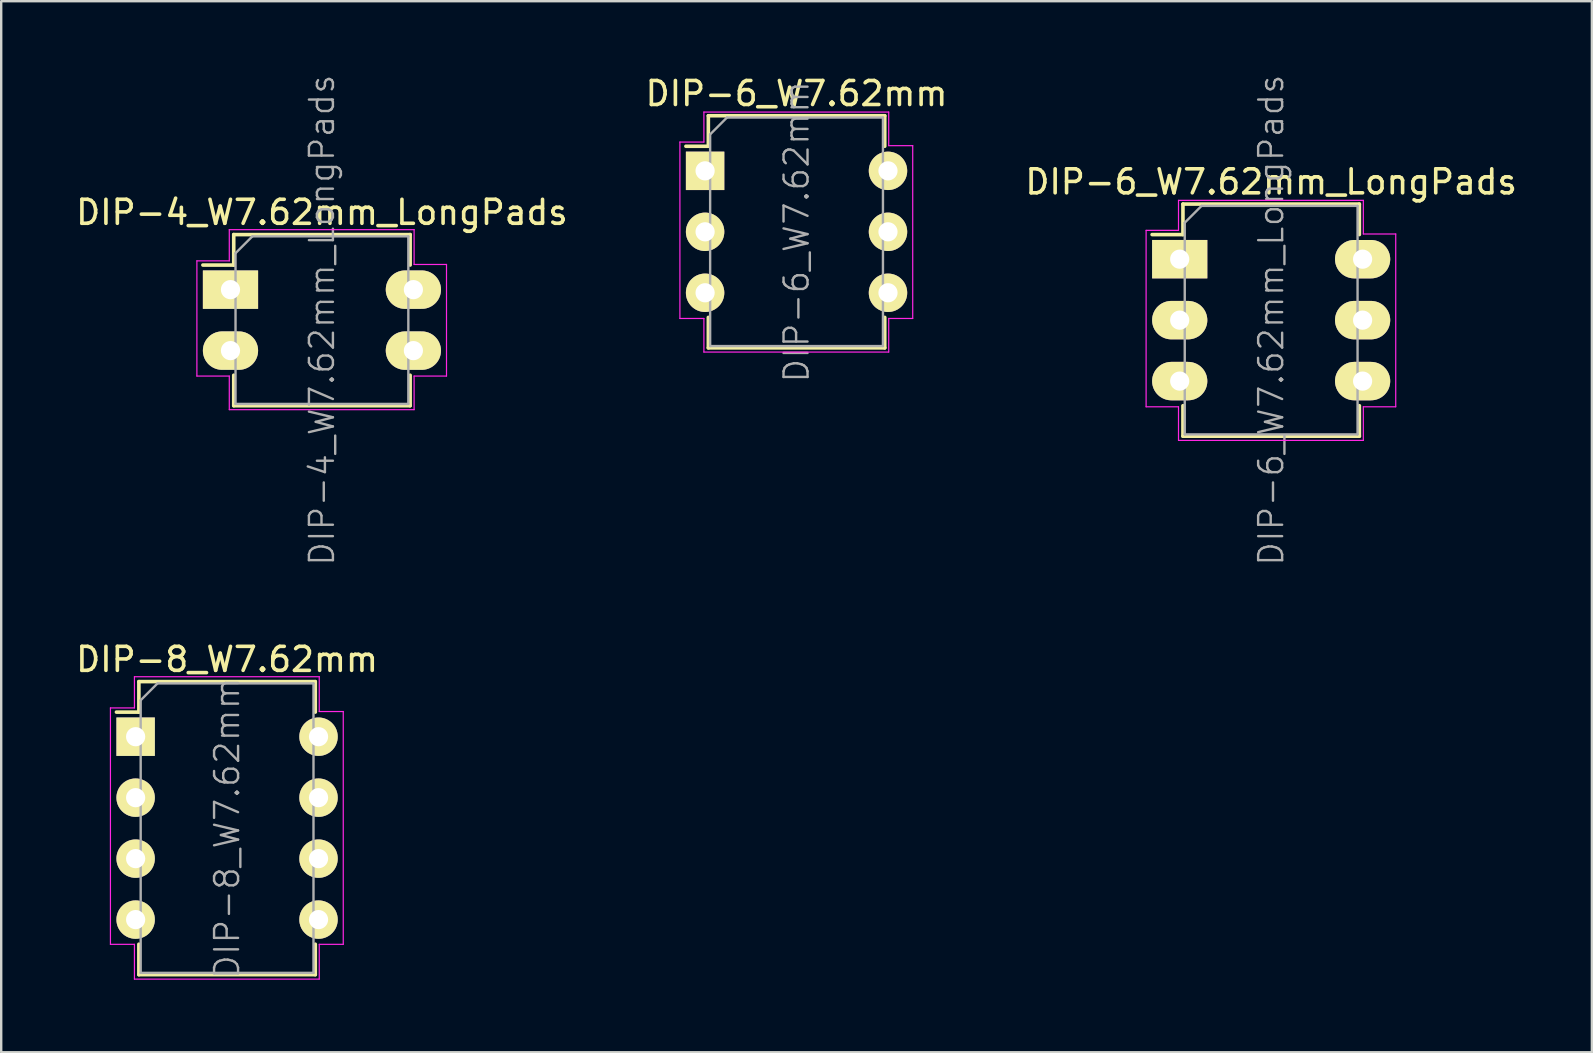
<source format=kicad_pcb>
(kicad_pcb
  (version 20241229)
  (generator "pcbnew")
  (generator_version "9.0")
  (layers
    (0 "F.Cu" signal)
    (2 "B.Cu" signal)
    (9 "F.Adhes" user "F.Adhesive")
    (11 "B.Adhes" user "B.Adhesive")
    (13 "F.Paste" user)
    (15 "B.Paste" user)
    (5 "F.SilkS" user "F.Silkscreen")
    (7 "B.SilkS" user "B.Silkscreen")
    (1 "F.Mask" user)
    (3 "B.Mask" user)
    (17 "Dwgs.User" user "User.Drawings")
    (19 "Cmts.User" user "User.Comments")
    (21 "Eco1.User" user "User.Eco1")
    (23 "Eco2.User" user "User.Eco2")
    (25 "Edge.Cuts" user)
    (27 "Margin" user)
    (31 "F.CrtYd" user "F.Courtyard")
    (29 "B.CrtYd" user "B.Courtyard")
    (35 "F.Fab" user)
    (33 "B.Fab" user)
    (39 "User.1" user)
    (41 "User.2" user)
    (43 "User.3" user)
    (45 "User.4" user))
  (footprint "DIP-8_W7.62mm"
    (layer "F.Cu")
    (at 2.601 27.644)
    (property "Reference" "DIP-8_W7.62mm" (at 3.81 -3.22 0) (layer "F.SilkS") (effects (font (size 1 1) (thickness 0.15))))
    (attr smd)
    (fp_line (start 0.135 -2.295) (end 0.135 -1.025) (stroke (width 0.15) (type solid)) (layer "F.SilkS"))
    (fp_line (start 0.135 -2.295) (end 7.485 -2.295) (stroke (width 0.15) (type solid)) (layer "F.SilkS"))
    (fp_line (start 0.135 -1.025) (end -0.8 -1.025) (stroke (width 0.15) (type solid)) (layer "F.SilkS"))
    (fp_line (start 0.135 9.915) (end 0.135 8.645) (stroke (width 0.15) (type solid)) (layer "F.SilkS"))
    (fp_line (start 0.135 9.915) (end 7.485 9.915) (stroke (width 0.15) (type solid)) (layer "F.SilkS"))
    (fp_line (start 7.485 -2.295) (end 7.485 -1.025) (stroke (width 0.15) (type solid)) (layer "F.SilkS"))
    (fp_line (start 7.485 9.915) (end 7.485 8.645) (stroke (width 0.15) (type solid)) (layer "F.SilkS"))
    (fp_line (start -1.05 -1.2) (end -1.05 8.65) (stroke (width 0.05) (type solid)) (layer "F.CrtYd"))
    (fp_line (start -1.05 -1.2) (end -0.05 -1.2) (stroke (width 0.05) (type solid)) (layer "F.CrtYd"))
    (fp_line (start -1.05 8.65) (end -0.05 8.65) (stroke (width 0.05) (type solid)) (layer "F.CrtYd"))
    (fp_line (start -0.05 -2.5) (end -0.05 -1.2) (stroke (width 0.05) (type solid)) (layer "F.CrtYd"))
    (fp_line (start -0.05 10.1) (end -0.05 8.65) (stroke (width 0.05) (type solid)) (layer "F.CrtYd"))
    (fp_line (start 7.65 -2.5) (end -0.05 -2.5) (stroke (width 0.05) (type solid)) (layer "F.CrtYd"))
    (fp_line (start 7.65 -2.5) (end 7.65 -1.05) (stroke (width 0.05) (type solid)) (layer "F.CrtYd"))
    (fp_line (start 7.65 10.1) (end -0.05 10.1) (stroke (width 0.05) (type solid)) (layer "F.CrtYd"))
    (fp_line (start 7.65 10.1) (end 7.65 8.65) (stroke (width 0.05) (type solid)) (layer "F.CrtYd"))
    (fp_line (start 8.65 -1.05) (end 7.65 -1.05) (stroke (width 0.05) (type solid)) (layer "F.CrtYd"))
    (fp_line (start 8.65 -1.05) (end 8.65 8.65) (stroke (width 0.05) (type solid)) (layer "F.CrtYd"))
    (fp_line (start 8.65 8.65) (end 7.65 8.65) (stroke (width 0.05) (type solid)) (layer "F.CrtYd"))
    (fp_line (start 0.21 -1.52) (end 0.91 -2.22) (stroke (width 0.1) (type solid)) (layer "F.Fab"))
    (fp_line (start 0.21 9.84) (end 0.21 -1.52) (stroke (width 0.1) (type solid)) (layer "F.Fab"))
    (fp_line (start 7.41 -2.22) (end 0.91 -2.22) (stroke (width 0.1) (type solid)) (layer "F.Fab"))
    (fp_line (start 7.41 9.84) (end 0.21 9.84) (stroke (width 0.1) (type solid)) (layer "F.Fab"))
    (fp_line (start 7.41 9.84) (end 7.41 -2.22) (stroke (width 0.1) (type solid)) (layer "F.Fab"))
    (fp_text user "${REFERENCE}" (at 3.81 3.81 90) (layer "F.Fab") (effects (font (size 1 1) (thickness 0.1))))
    (pad "1" thru_hole rect (at 0 0) (size 1.6 1.6) (drill 0.8) (layers "*.Cu" "*.Mask" "F.SilkS"))
    (pad "2" thru_hole oval (at 0 2.54) (size 1.6 1.6) (drill 0.8) (layers "*.Cu" "*.Mask" "F.SilkS"))
    (pad "3" thru_hole oval (at 0 5.08) (size 1.6 1.6) (drill 0.8) (layers "*.Cu" "*.Mask" "F.SilkS"))
    (pad "4" thru_hole oval (at 0 7.62) (size 1.6 1.6) (drill 0.8) (layers "*.Cu" "*.Mask" "F.SilkS"))
    (pad "5" thru_hole oval (at 7.62 7.62) (size 1.6 1.6) (drill 0.8) (layers "*.Cu" "*.Mask" "F.SilkS"))
    (pad "6" thru_hole oval (at 7.62 5.08) (size 1.6 1.6) (drill 0.8) (layers "*.Cu" "*.Mask" "F.SilkS"))
    (pad "7" thru_hole oval (at 7.62 2.54) (size 1.6 1.6) (drill 0.8) (layers "*.Cu" "*.Mask" "F.SilkS"))
    (pad "8" thru_hole oval (at 7.62 0) (size 1.6 1.6) (drill 0.8) (layers "*.Cu" "*.Mask" "F.SilkS")))
  (footprint "DIP-6_W7.62mm_LongPads"
    (layer "F.Cu")
    (at 46.101 7.748)
    (property "Reference" "DIP-6_W7.62mm_LongPads" (at 3.81 -3.22 0) (layer "F.SilkS") (effects (font (size 1 1) (thickness 0.15))))
    (attr smd)
    (fp_line (start 0.135 -2.295) (end 0.135 -1.025) (stroke (width 0.15) (type solid)) (layer "F.SilkS"))
    (fp_line (start 0.135 -2.295) (end 7.485 -2.295) (stroke (width 0.15) (type solid)) (layer "F.SilkS"))
    (fp_line (start 0.135 -1.025) (end -1.15 -1.025) (stroke (width 0.15) (type solid)) (layer "F.SilkS"))
    (fp_line (start 0.135 7.375) (end 0.135 6.105) (stroke (width 0.15) (type solid)) (layer "F.SilkS"))
    (fp_line (start 0.135 7.375) (end 7.485 7.375) (stroke (width 0.15) (type solid)) (layer "F.SilkS"))
    (fp_line (start 7.485 -2.295) (end 7.485 -1.025) (stroke (width 0.15) (type solid)) (layer "F.SilkS"))
    (fp_line (start 7.485 7.375) (end 7.485 6.105) (stroke (width 0.15) (type solid)) (layer "F.SilkS"))
    (fp_line (start -1.4 -1.2) (end -1.4 6.15) (stroke (width 0.05) (type solid)) (layer "F.CrtYd"))
    (fp_line (start -1.4 -1.2) (end -0.05 -1.2) (stroke (width 0.05) (type solid)) (layer "F.CrtYd"))
    (fp_line (start -1.4 6.15) (end -0.05 6.15) (stroke (width 0.05) (type solid)) (layer "F.CrtYd"))
    (fp_line (start -0.05 -2.45) (end -0.05 -1.2) (stroke (width 0.05) (type solid)) (layer "F.CrtYd"))
    (fp_line (start -0.05 7.55) (end -0.05 6.15) (stroke (width 0.05) (type solid)) (layer "F.CrtYd"))
    (fp_line (start 7.65 -2.45) (end -0.05 -2.45) (stroke (width 0.05) (type solid)) (layer "F.CrtYd"))
    (fp_line (start 7.65 -2.45) (end 7.65 -1.05) (stroke (width 0.05) (type solid)) (layer "F.CrtYd"))
    (fp_line (start 7.65 7.55) (end -0.05 7.55) (stroke (width 0.05) (type solid)) (layer "F.CrtYd"))
    (fp_line (start 7.65 7.55) (end 7.65 6.15) (stroke (width 0.05) (type solid)) (layer "F.CrtYd"))
    (fp_line (start 9 -1.05) (end 7.65 -1.05) (stroke (width 0.05) (type solid)) (layer "F.CrtYd"))
    (fp_line (start 9 -1.05) (end 9 6.15) (stroke (width 0.05) (type solid)) (layer "F.CrtYd"))
    (fp_line (start 9 6.15) (end 7.65 6.15) (stroke (width 0.05) (type solid)) (layer "F.CrtYd"))
    (fp_line (start 0.21 -1.52) (end 0.91 -2.22) (stroke (width 0.1) (type solid)) (layer "F.Fab"))
    (fp_line (start 0.21 7.3) (end 0.21 -1.52) (stroke (width 0.1) (type solid)) (layer "F.Fab"))
    (fp_line (start 7.41 -2.22) (end 0.91 -2.22) (stroke (width 0.1) (type solid)) (layer "F.Fab"))
    (fp_line (start 7.41 7.3) (end 0.21 7.3) (stroke (width 0.1) (type solid)) (layer "F.Fab"))
    (fp_line (start 7.41 7.3) (end 7.41 -2.22) (stroke (width 0.1) (type solid)) (layer "F.Fab"))
    (fp_text user "${REFERENCE}" (at 3.81 2.54 90) (layer "F.Fab") (effects (font (size 1 1) (thickness 0.1))))
    (pad "1" thru_hole rect (at 0 0) (size 2.3 1.6) (drill 0.8) (layers "*.Cu" "*.Mask" "F.SilkS"))
    (pad "2" thru_hole oval (at 0 2.54) (size 2.3 1.6) (drill 0.8) (layers "*.Cu" "*.Mask" "F.SilkS"))
    (pad "3" thru_hole oval (at 0 5.08) (size 2.3 1.6) (drill 0.8) (layers "*.Cu" "*.Mask" "F.SilkS"))
    (pad "4" thru_hole oval (at 7.62 5.08) (size 2.3 1.6) (drill 0.8) (layers "*.Cu" "*.Mask" "F.SilkS"))
    (pad "5" thru_hole oval (at 7.62 2.54) (size 2.3 1.6) (drill 0.8) (layers "*.Cu" "*.Mask" "F.SilkS"))
    (pad "6" thru_hole oval (at 7.62 0) (size 2.3 1.6) (drill 0.8) (layers "*.Cu" "*.Mask" "F.SilkS")))
  (footprint "DIP-4_W7.62mm_LongPads"
    (layer "F.Cu")
    (at 6.553 9.018)
    (property "Reference" "DIP-4_W7.62mm_LongPads" (at 3.81 -3.22 0) (layer "F.SilkS") (effects (font (size 1 1) (thickness 0.15))))
    (attr smd)
    (fp_line (start 0.135 -2.295) (end 0.135 -1.025) (stroke (width 0.15) (type solid)) (layer "F.SilkS"))
    (fp_line (start 0.135 -2.295) (end 7.485 -2.295) (stroke (width 0.15) (type solid)) (layer "F.SilkS"))
    (fp_line (start 0.135 -1.025) (end -1.15 -1.025) (stroke (width 0.15) (type solid)) (layer "F.SilkS"))
    (fp_line (start 0.135 4.835) (end 0.135 3.565) (stroke (width 0.15) (type solid)) (layer "F.SilkS"))
    (fp_line (start 0.135 4.835) (end 7.485 4.835) (stroke (width 0.15) (type solid)) (layer "F.SilkS"))
    (fp_line (start 7.485 -2.295) (end 7.485 -1.025) (stroke (width 0.15) (type solid)) (layer "F.SilkS"))
    (fp_line (start 7.485 4.835) (end 7.485 3.565) (stroke (width 0.15) (type solid)) (layer "F.SilkS"))
    (fp_line (start -1.4 -1.2) (end -1.4 3.6) (stroke (width 0.05) (type solid)) (layer "F.CrtYd"))
    (fp_line (start -1.4 -1.2) (end -0.05 -1.2) (stroke (width 0.05) (type solid)) (layer "F.CrtYd"))
    (fp_line (start -1.4 3.6) (end -0.05 3.6) (stroke (width 0.05) (type solid)) (layer "F.CrtYd"))
    (fp_line (start -0.05 -2.5) (end -0.05 -1.2) (stroke (width 0.05) (type solid)) (layer "F.CrtYd"))
    (fp_line (start -0.05 5) (end -0.05 3.6) (stroke (width 0.05) (type solid)) (layer "F.CrtYd"))
    (fp_line (start 7.65 -2.5) (end -0.05 -2.5) (stroke (width 0.05) (type solid)) (layer "F.CrtYd"))
    (fp_line (start 7.65 -2.5) (end 7.65 -1.05) (stroke (width 0.05) (type solid)) (layer "F.CrtYd"))
    (fp_line (start 7.65 5) (end -0.05 5) (stroke (width 0.05) (type solid)) (layer "F.CrtYd"))
    (fp_line (start 7.65 5) (end 7.65 3.6) (stroke (width 0.05) (type solid)) (layer "F.CrtYd"))
    (fp_line (start 9 -1.05) (end 7.65 -1.05) (stroke (width 0.05) (type solid)) (layer "F.CrtYd"))
    (fp_line (start 9 -1.05) (end 9 3.6) (stroke (width 0.05) (type solid)) (layer "F.CrtYd"))
    (fp_line (start 9 3.6) (end 7.65 3.6) (stroke (width 0.05) (type solid)) (layer "F.CrtYd"))
    (fp_line (start 0.21 -1.52) (end 0.91 -2.22) (stroke (width 0.1) (type solid)) (layer "F.Fab"))
    (fp_line (start 0.21 4.76) (end 0.21 -1.52) (stroke (width 0.1) (type solid)) (layer "F.Fab"))
    (fp_line (start 7.41 -2.22) (end 0.91 -2.22) (stroke (width 0.1) (type solid)) (layer "F.Fab"))
    (fp_line (start 7.41 4.76) (end 0.21 4.76) (stroke (width 0.1) (type solid)) (layer "F.Fab"))
    (fp_line (start 7.41 4.76) (end 7.41 -2.22) (stroke (width 0.1) (type solid)) (layer "F.Fab"))
    (fp_text user "${REFERENCE}" (at 3.81 1.27 90) (layer "F.Fab") (effects (font (size 1 1) (thickness 0.1))))
    (pad "1" thru_hole rect (at 0 0) (size 2.3 1.6) (drill 0.8) (layers "*.Cu" "*.Mask" "F.SilkS"))
    (pad "2" thru_hole oval (at 0 2.54) (size 2.3 1.6) (drill 0.8) (layers "*.Cu" "*.Mask" "F.SilkS"))
    (pad "3" thru_hole oval (at 7.62 2.54) (size 2.3 1.6) (drill 0.8) (layers "*.Cu" "*.Mask" "F.SilkS"))
    (pad "4" thru_hole oval (at 7.62 0) (size 2.3 1.6) (drill 0.8) (layers "*.Cu" "*.Mask" "F.SilkS")))
  (footprint "DIP-6_W7.62mm"
    (layer "F.Cu")
    (at 26.327 4.068)
    (property "Reference" "DIP-6_W7.62mm" (at 3.81 -3.22 0) (layer "F.SilkS") (effects (font (size 1 1) (thickness 0.15))))
    (attr smd)
    (fp_line (start 0.135 -2.295) (end 0.135 -1.025) (stroke (width 0.15) (type solid)) (layer "F.SilkS"))
    (fp_line (start 0.135 -2.295) (end 7.485 -2.295) (stroke (width 0.15) (type solid)) (layer "F.SilkS"))
    (fp_line (start 0.135 -1.025) (end -0.8 -1.025) (stroke (width 0.15) (type solid)) (layer "F.SilkS"))
    (fp_line (start 0.135 7.375) (end 0.135 6.105) (stroke (width 0.15) (type solid)) (layer "F.SilkS"))
    (fp_line (start 0.135 7.375) (end 7.485 7.375) (stroke (width 0.15) (type solid)) (layer "F.SilkS"))
    (fp_line (start 7.485 -2.295) (end 7.485 -1.025) (stroke (width 0.15) (type solid)) (layer "F.SilkS"))
    (fp_line (start 7.485 7.375) (end 7.485 6.105) (stroke (width 0.15) (type solid)) (layer "F.SilkS"))
    (fp_line (start -1.05 -1.2) (end -1.05 6.15) (stroke (width 0.05) (type solid)) (layer "F.CrtYd"))
    (fp_line (start -1.05 -1.2) (end -0.05 -1.2) (stroke (width 0.05) (type solid)) (layer "F.CrtYd"))
    (fp_line (start -1.05 6.15) (end -0.05 6.15) (stroke (width 0.05) (type solid)) (layer "F.CrtYd"))
    (fp_line (start -0.05 -2.45) (end -0.05 -1.2) (stroke (width 0.05) (type solid)) (layer "F.CrtYd"))
    (fp_line (start -0.05 7.55) (end -0.05 6.15) (stroke (width 0.05) (type solid)) (layer "F.CrtYd"))
    (fp_line (start 7.65 -2.45) (end -0.05 -2.45) (stroke (width 0.05) (type solid)) (layer "F.CrtYd"))
    (fp_line (start 7.65 -2.45) (end 7.65 -1.05) (stroke (width 0.05) (type solid)) (layer "F.CrtYd"))
    (fp_line (start 7.65 7.55) (end -0.05 7.55) (stroke (width 0.05) (type solid)) (layer "F.CrtYd"))
    (fp_line (start 7.65 7.55) (end 7.65 6.15) (stroke (width 0.05) (type solid)) (layer "F.CrtYd"))
    (fp_line (start 8.65 -1.05) (end 7.65 -1.05) (stroke (width 0.05) (type solid)) (layer "F.CrtYd"))
    (fp_line (start 8.65 -1.05) (end 8.65 6.15) (stroke (width 0.05) (type solid)) (layer "F.CrtYd"))
    (fp_line (start 8.65 6.15) (end 7.65 6.15) (stroke (width 0.05) (type solid)) (layer "F.CrtYd"))
    (fp_line (start 0.21 -1.52) (end 0.91 -2.22) (stroke (width 0.1) (type solid)) (layer "F.Fab"))
    (fp_line (start 0.21 7.3) (end 0.21 -1.52) (stroke (width 0.1) (type solid)) (layer "F.Fab"))
    (fp_line (start 7.41 -2.22) (end 0.91 -2.22) (stroke (width 0.1) (type solid)) (layer "F.Fab"))
    (fp_line (start 7.41 7.3) (end 0.21 7.3) (stroke (width 0.1) (type solid)) (layer "F.Fab"))
    (fp_line (start 7.41 7.3) (end 7.41 -2.22) (stroke (width 0.1) (type solid)) (layer "F.Fab"))
    (fp_text user "${REFERENCE}" (at 3.81 2.54 90) (layer "F.Fab") (effects (font (size 1 1) (thickness 0.1))))
    (pad "1" thru_hole rect (at 0 0) (size 1.6 1.6) (drill 0.8) (layers "*.Cu" "*.Mask" "F.SilkS"))
    (pad "2" thru_hole oval (at 0 2.54) (size 1.6 1.6) (drill 0.8) (layers "*.Cu" "*.Mask" "F.SilkS"))
    (pad "3" thru_hole oval (at 0 5.08) (size 1.6 1.6) (drill 0.8) (layers "*.Cu" "*.Mask" "F.SilkS"))
    (pad "4" thru_hole oval (at 7.62 5.08) (size 1.6 1.6) (drill 0.8) (layers "*.Cu" "*.Mask" "F.SilkS"))
    (pad "5" thru_hole oval (at 7.62 2.54) (size 1.6 1.6) (drill 0.8) (layers "*.Cu" "*.Mask" "F.SilkS"))
    (pad "6" thru_hole oval (at 7.62 0) (size 1.6 1.6) (drill 0.8) (layers "*.Cu" "*.Mask" "F.SilkS")))
  (gr_rect
    (start -3 -3)
    (end 63.274 40.79)
    (stroke (width 0.1) (type default))
    (fill no)
    (layer "Edge.Cuts")))
</source>
